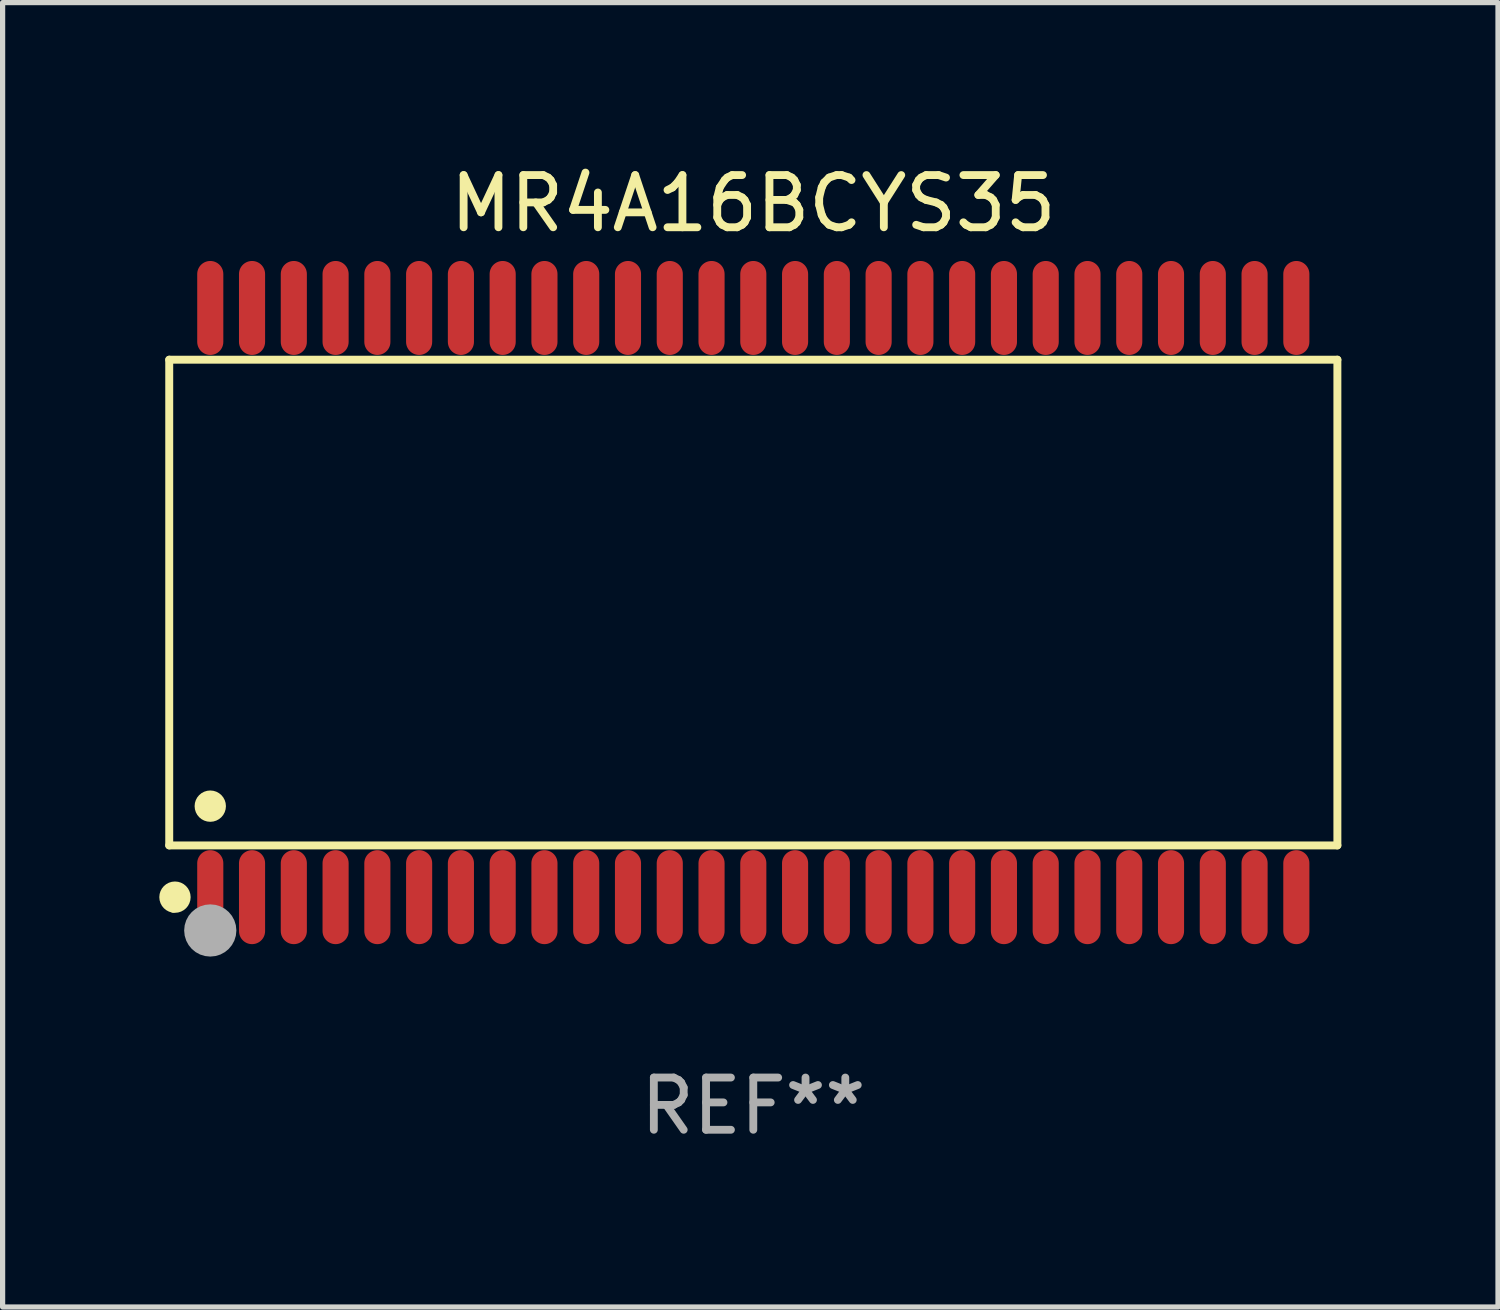
<source format=kicad_pcb>
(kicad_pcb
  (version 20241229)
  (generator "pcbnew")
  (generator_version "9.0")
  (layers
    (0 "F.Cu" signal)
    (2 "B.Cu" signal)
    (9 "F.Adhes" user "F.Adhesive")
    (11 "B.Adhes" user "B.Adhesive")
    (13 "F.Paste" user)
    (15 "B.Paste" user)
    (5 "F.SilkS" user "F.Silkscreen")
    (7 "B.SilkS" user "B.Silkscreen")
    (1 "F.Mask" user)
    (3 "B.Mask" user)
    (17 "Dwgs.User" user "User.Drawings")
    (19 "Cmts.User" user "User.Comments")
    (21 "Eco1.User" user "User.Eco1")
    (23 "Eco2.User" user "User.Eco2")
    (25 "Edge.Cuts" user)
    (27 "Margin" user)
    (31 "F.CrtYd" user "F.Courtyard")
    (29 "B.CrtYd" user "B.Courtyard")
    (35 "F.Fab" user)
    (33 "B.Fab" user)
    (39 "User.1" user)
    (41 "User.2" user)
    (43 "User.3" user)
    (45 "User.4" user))
  (footprint "MR4A16BCYS35"
    (layer "F.Cu")
    (at 11.377 8.49)
    (property "Reference" "MR4A16BCYS35" (at 0 -7.642 0) (layer "F.SilkS") (effects (font (size 1 1) (thickness 0.15))))
    (attr through_hole)
    (fp_line (start -11.186 -4.651) (end 11.186 -4.651) (stroke (width 0.152) (type solid)) (layer "F.SilkS"))
    (fp_line (start -11.186 4.651) (end -11.186 -4.651) (stroke (width 0.152) (type solid)) (layer "F.SilkS"))
    (fp_line (start 11.186 -4.651) (end 11.186 4.651) (stroke (width 0.152) (type solid)) (layer "F.SilkS"))
    (fp_line (start 11.186 4.651) (end -11.186 4.651) (stroke (width 0.152) (type solid)) (layer "F.SilkS"))
    (fp_circle (center -11.11 5.88) (end -11.08 5.88) (stroke (width 0.06) (type solid)) (fill no) (layer "F.SilkS"))
    (fp_circle (center -11.076 5.642) (end -10.926 5.642) (stroke (width 0.3) (type solid)) (fill no) (layer "F.SilkS"))
    (fp_circle (center -10.4 3.899) (end -10.25 3.899) (stroke (width 0.3) (type solid)) (fill no) (layer "F.SilkS"))
    (fp_circle (center -10.4 6.28) (end -10.15 6.28) (stroke (width 0.5) (type solid)) (fill no) (layer "F.Fab"))
    (fp_text user "REF**" (at 0 9.642 0) (layer "F.Fab") (effects (font (size 1 1) (thickness 0.15))))
    (pad "1" smd oval (at -10.4 5.642) (size 0.5 1.8) (layers "F.Cu" "F.Mask" "F.Paste"))
    (pad "2" smd oval (at -9.6 5.642) (size 0.5 1.8) (layers "F.Cu" "F.Mask" "F.Paste"))
    (pad "3" smd oval (at -8.8 5.642) (size 0.5 1.8) (layers "F.Cu" "F.Mask" "F.Paste"))
    (pad "4" smd oval (at -8 5.642) (size 0.5 1.8) (layers "F.Cu" "F.Mask" "F.Paste"))
    (pad "5" smd oval (at -7.2 5.642) (size 0.5 1.8) (layers "F.Cu" "F.Mask" "F.Paste"))
    (pad "6" smd oval (at -6.4 5.642) (size 0.5 1.8) (layers "F.Cu" "F.Mask" "F.Paste"))
    (pad "7" smd oval (at -5.6 5.642) (size 0.5 1.8) (layers "F.Cu" "F.Mask" "F.Paste"))
    (pad "8" smd oval (at -4.8 5.642) (size 0.5 1.8) (layers "F.Cu" "F.Mask" "F.Paste"))
    (pad "9" smd oval (at -4 5.642) (size 0.5 1.8) (layers "F.Cu" "F.Mask" "F.Paste"))
    (pad "10" smd oval (at -3.2 5.642) (size 0.5 1.8) (layers "F.Cu" "F.Mask" "F.Paste"))
    (pad "11" smd oval (at -2.4 5.642) (size 0.5 1.8) (layers "F.Cu" "F.Mask" "F.Paste"))
    (pad "12" smd oval (at -1.6 5.642) (size 0.5 1.8) (layers "F.Cu" "F.Mask" "F.Paste"))
    (pad "13" smd oval (at -0.8 5.642) (size 0.5 1.8) (layers "F.Cu" "F.Mask" "F.Paste"))
    (pad "14" smd oval (at 0 5.642) (size 0.5 1.8) (layers "F.Cu" "F.Mask" "F.Paste"))
    (pad "15" smd oval (at 0.8 5.642) (size 0.5 1.8) (layers "F.Cu" "F.Mask" "F.Paste"))
    (pad "16" smd oval (at 1.6 5.642) (size 0.5 1.8) (layers "F.Cu" "F.Mask" "F.Paste"))
    (pad "17" smd oval (at 2.4 5.642) (size 0.5 1.8) (layers "F.Cu" "F.Mask" "F.Paste"))
    (pad "18" smd oval (at 3.2 5.642) (size 0.5 1.8) (layers "F.Cu" "F.Mask" "F.Paste"))
    (pad "19" smd oval (at 4 5.642) (size 0.5 1.8) (layers "F.Cu" "F.Mask" "F.Paste"))
    (pad "20" smd oval (at 4.8 5.642) (size 0.5 1.8) (layers "F.Cu" "F.Mask" "F.Paste"))
    (pad "21" smd oval (at 5.6 5.642) (size 0.5 1.8) (layers "F.Cu" "F.Mask" "F.Paste"))
    (pad "22" smd oval (at 6.4 5.642) (size 0.5 1.8) (layers "F.Cu" "F.Mask" "F.Paste"))
    (pad "23" smd oval (at 7.2 5.642) (size 0.5 1.8) (layers "F.Cu" "F.Mask" "F.Paste"))
    (pad "24" smd oval (at 8 5.642) (size 0.5 1.8) (layers "F.Cu" "F.Mask" "F.Paste"))
    (pad "25" smd oval (at 8.8 5.642) (size 0.5 1.8) (layers "F.Cu" "F.Mask" "F.Paste"))
    (pad "26" smd oval (at 9.6 5.642) (size 0.5 1.8) (layers "F.Cu" "F.Mask" "F.Paste"))
    (pad "27" smd oval (at 10.4 5.642) (size 0.5 1.8) (layers "F.Cu" "F.Mask" "F.Paste"))
    (pad "28" smd oval (at 10.4 -5.642) (size 0.5 1.8) (layers "F.Cu" "F.Mask" "F.Paste"))
    (pad "29" smd oval (at 9.6 -5.642) (size 0.5 1.8) (layers "F.Cu" "F.Mask" "F.Paste"))
    (pad "30" smd oval (at 8.8 -5.642) (size 0.5 1.8) (layers "F.Cu" "F.Mask" "F.Paste"))
    (pad "31" smd oval (at 8 -5.642) (size 0.5 1.8) (layers "F.Cu" "F.Mask" "F.Paste"))
    (pad "32" smd oval (at 7.2 -5.642) (size 0.5 1.8) (layers "F.Cu" "F.Mask" "F.Paste"))
    (pad "33" smd oval (at 6.4 -5.642) (size 0.5 1.8) (layers "F.Cu" "F.Mask" "F.Paste"))
    (pad "34" smd oval (at 5.6 -5.642) (size 0.5 1.8) (layers "F.Cu" "F.Mask" "F.Paste"))
    (pad "35" smd oval (at 4.8 -5.642) (size 0.5 1.8) (layers "F.Cu" "F.Mask" "F.Paste"))
    (pad "36" smd oval (at 4 -5.642) (size 0.5 1.8) (layers "F.Cu" "F.Mask" "F.Paste"))
    (pad "37" smd oval (at 3.2 -5.642) (size 0.5 1.8) (layers "F.Cu" "F.Mask" "F.Paste"))
    (pad "38" smd oval (at 2.4 -5.642) (size 0.5 1.8) (layers "F.Cu" "F.Mask" "F.Paste"))
    (pad "39" smd oval (at 1.6 -5.642) (size 0.5 1.8) (layers "F.Cu" "F.Mask" "F.Paste"))
    (pad "40" smd oval (at 0.8 -5.642) (size 0.5 1.8) (layers "F.Cu" "F.Mask" "F.Paste"))
    (pad "41" smd oval (at 0 -5.642) (size 0.5 1.8) (layers "F.Cu" "F.Mask" "F.Paste"))
    (pad "42" smd oval (at -0.8 -5.642) (size 0.5 1.8) (layers "F.Cu" "F.Mask" "F.Paste"))
    (pad "43" smd oval (at -1.6 -5.642) (size 0.5 1.8) (layers "F.Cu" "F.Mask" "F.Paste"))
    (pad "44" smd oval (at -2.4 -5.642) (size 0.5 1.8) (layers "F.Cu" "F.Mask" "F.Paste"))
    (pad "45" smd oval (at -3.2 -5.642) (size 0.5 1.8) (layers "F.Cu" "F.Mask" "F.Paste"))
    (pad "46" smd oval (at -4 -5.642) (size 0.5 1.8) (layers "F.Cu" "F.Mask" "F.Paste"))
    (pad "47" smd oval (at -4.8 -5.642) (size 0.5 1.8) (layers "F.Cu" "F.Mask" "F.Paste"))
    (pad "48" smd oval (at -5.6 -5.642) (size 0.5 1.8) (layers "F.Cu" "F.Mask" "F.Paste"))
    (pad "49" smd oval (at -6.4 -5.642) (size 0.5 1.8) (layers "F.Cu" "F.Mask" "F.Paste"))
    (pad "50" smd oval (at -7.2 -5.642) (size 0.5 1.8) (layers "F.Cu" "F.Mask" "F.Paste"))
    (pad "51" smd oval (at -8 -5.642) (size 0.5 1.8) (layers "F.Cu" "F.Mask" "F.Paste"))
    (pad "52" smd oval (at -8.8 -5.642) (size 0.5 1.8) (layers "F.Cu" "F.Mask" "F.Paste"))
    (pad "53" smd oval (at -9.6 -5.642) (size 0.5 1.8) (layers "F.Cu" "F.Mask" "F.Paste"))
    (pad "54" smd oval (at -10.4 -5.642) (size 0.5 1.8) (layers "F.Cu" "F.Mask" "F.Paste")))
  (gr_rect
    (start -3 -3)
    (end 25.639 21.981)
    (stroke (width 0.1) (type default))
    (fill no)
    (layer "Edge.Cuts")))
</source>
